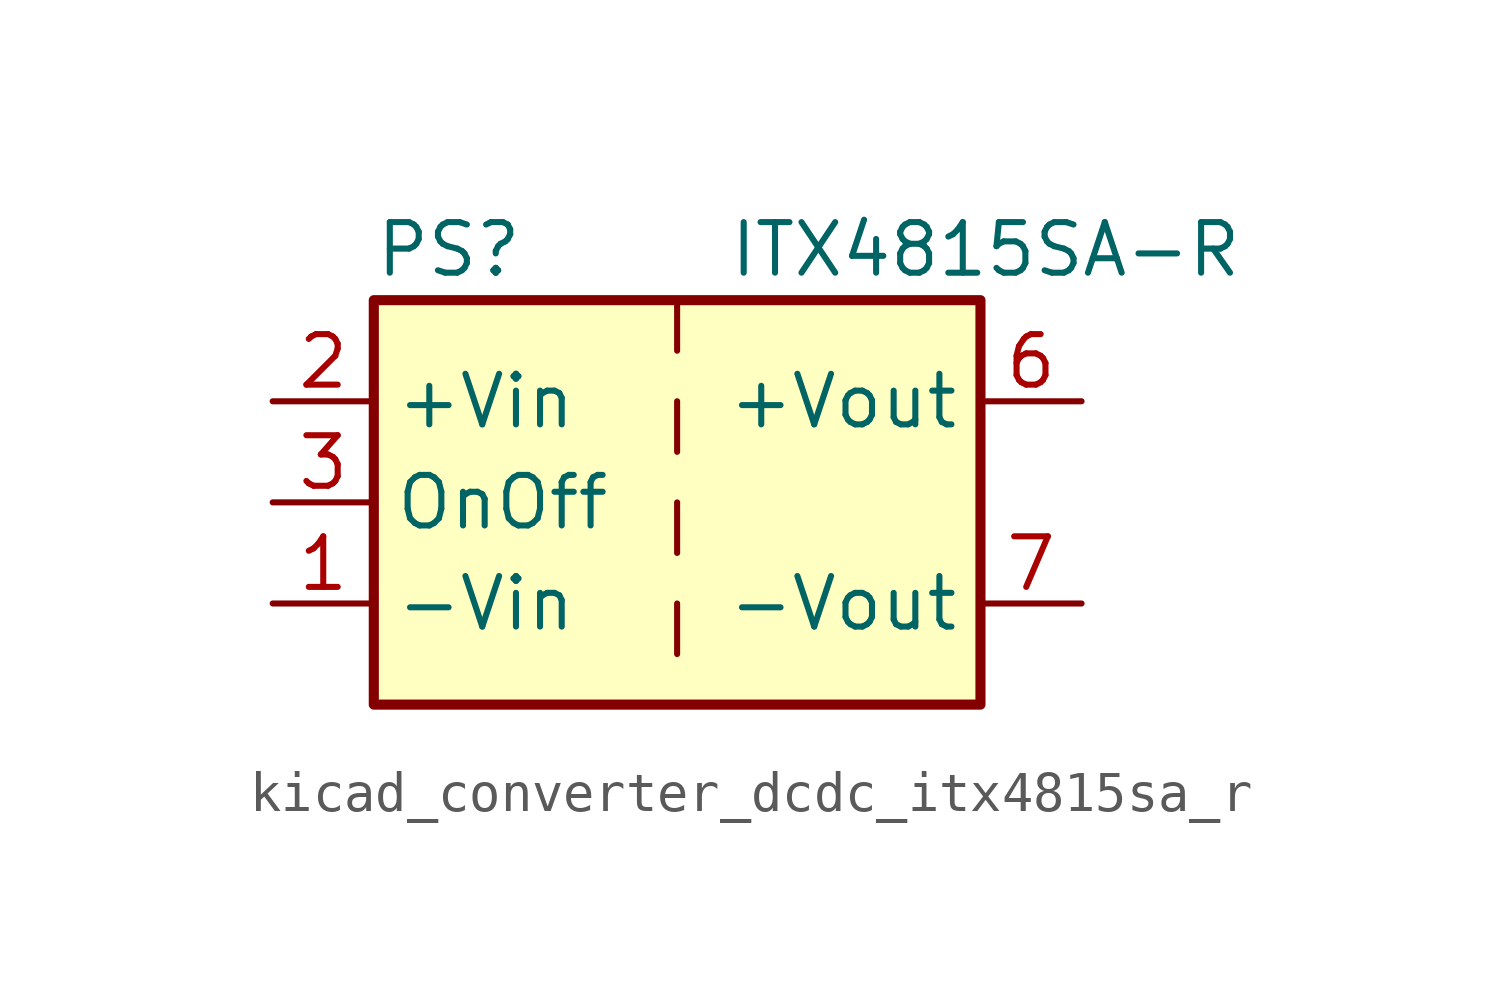
<source format=kicad_sym>
(kicad_symbol_lib
  (version 20220914)
  (generator kicad_symbol_editor)
  (symbol "kicad_converter_dcdc_itx4815sa_r"
    (property "Reference" "PS"
      (at -7.62 6.35 0)
      (effects (font (size 1.27 1.27)) (justify left)))
    (property "Value" "ITX4815SA-R"
      (at 1.27 6.35 0)
      (effects (font (size 1.27 1.27)) (justify left)))
    (symbol "kicad_converter_dcdc_itx4815sa_r_0_0"
      (pin power_in line (at -10.16 -2.54 0) (length 2.54) (name "-Vin" (effects (font (size 1.27 1.27)))) (number "1" (effects (font (size 1.27 1.27)))))
      (pin power_in line (at -10.16 2.54 0) (length 2.54) (name "+Vin" (effects (font (size 1.27 1.27)))) (number "2" (effects (font (size 1.27 1.27)))))
      (pin input line (at -10.16 0 0) (length 2.54) (name "OnOff" (effects (font (size 1.27 1.27)))) (number "3" (effects (font (size 1.27 1.27)))))
      (pin no_connect line (at 0 5.08 270) (length 2.54) hide (name "NC" (effects (font (size 1.27 1.27)))) (number "5" (effects (font (size 1.27 1.27)))))
      (pin power_out line (at 10.16 2.54 180) (length 2.54) (name "+Vout" (effects (font (size 1.27 1.27)))) (number "6" (effects (font (size 1.27 1.27)))))
      (pin power_out line (at 10.16 -2.54 180) (length 2.54) (name "-Vout" (effects (font (size 1.27 1.27)))) (number "7" (effects (font (size 1.27 1.27)))))
      (pin no_connect line (at 7.62 0 180) (length 2.54) hide (name "NC" (effects (font (size 1.27 1.27)))) (number "8" (effects (font (size 1.27 1.27))))))
    (symbol "kicad_converter_dcdc_itx4815sa_r_0_1"
      (rectangle (start -7.62 5.08) (end 7.62 -5.08) (stroke (width 0.254) (type default)) (fill (type background)))
      (polyline (pts (xy 0 -2.54) (xy 0 -3.81)) (stroke (width 0) (type default)) (fill (type none)))
      (polyline (pts (xy 0 0) (xy 0 -1.27)) (stroke (width 0) (type default)) (fill (type none)))
      (polyline (pts (xy 0 2.54) (xy 0 1.27)) (stroke (width 0) (type default)) (fill (type none)))
      (polyline (pts (xy 0 5.08) (xy 0 3.81)) (stroke (width 0) (type default)) (fill (type none))))))
</source>
